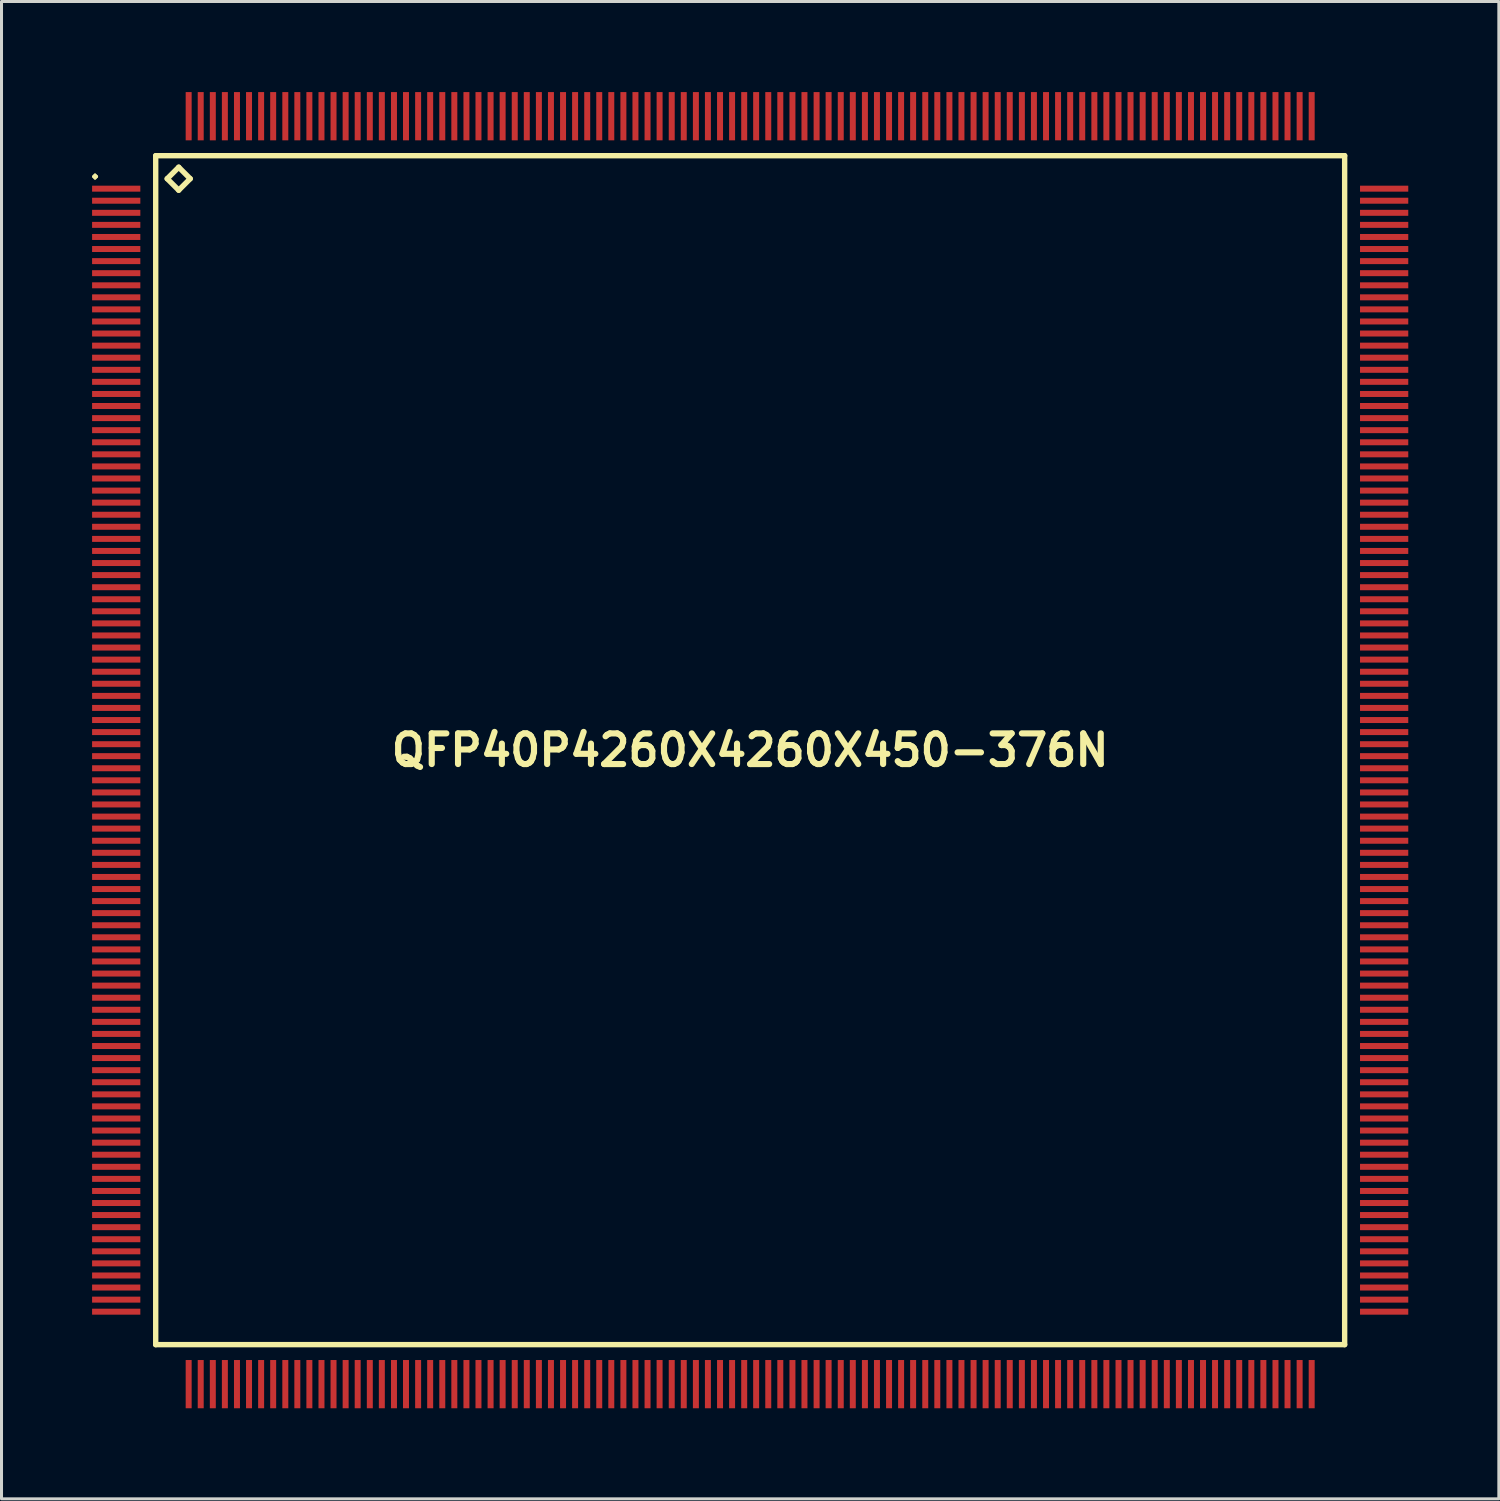
<source format=kicad_pcb>
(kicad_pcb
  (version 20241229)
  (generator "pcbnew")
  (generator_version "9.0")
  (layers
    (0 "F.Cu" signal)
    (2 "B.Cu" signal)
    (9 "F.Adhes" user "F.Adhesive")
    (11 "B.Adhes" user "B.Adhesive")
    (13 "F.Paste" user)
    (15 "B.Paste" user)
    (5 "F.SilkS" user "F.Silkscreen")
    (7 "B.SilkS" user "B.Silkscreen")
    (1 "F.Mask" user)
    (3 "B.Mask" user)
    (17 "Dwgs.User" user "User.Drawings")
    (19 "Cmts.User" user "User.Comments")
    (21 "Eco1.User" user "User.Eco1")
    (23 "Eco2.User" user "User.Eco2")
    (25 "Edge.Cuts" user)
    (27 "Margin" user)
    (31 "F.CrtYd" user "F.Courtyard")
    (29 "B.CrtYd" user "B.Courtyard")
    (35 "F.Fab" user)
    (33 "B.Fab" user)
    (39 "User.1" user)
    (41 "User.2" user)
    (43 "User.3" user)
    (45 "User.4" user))
  (footprint "QFP40P4260X4260X450-376N"
    (layer "F.Cu")
    (at 21.797 21.797)
    (property "Reference" "QFP40P4260X4260X450-376N" (at 0 0 0) (layer "F.SilkS") (effects (font (size 1.016 1.016) (thickness 0.203))))
    (attr smd)
    (fp_line (start -21.747 -18.999) (end -21.699 -19.05) (stroke (width 0.099) (type solid)) (layer "F.SilkS"))
    (fp_line (start -21.699 -19.05) (end -21.648 -18.999) (stroke (width 0.099) (type solid)) (layer "F.SilkS"))
    (fp_line (start -21.699 -18.948) (end -21.747 -18.999) (stroke (width 0.099) (type solid)) (layer "F.SilkS"))
    (fp_line (start -21.648 -18.999) (end -21.699 -18.948) (stroke (width 0.099) (type solid)) (layer "F.SilkS"))
    (fp_line (start -19.69 -19.69) (end -19.69 19.69) (stroke (width 0.178) (type solid)) (layer "F.SilkS"))
    (fp_line (start -19.69 19.69) (end 19.69 19.69) (stroke (width 0.178) (type solid)) (layer "F.SilkS"))
    (fp_line (start -19.309 -18.928) (end -18.928 -19.309) (stroke (width 0.178) (type solid)) (layer "F.SilkS"))
    (fp_line (start -18.928 -19.309) (end -18.547 -18.928) (stroke (width 0.178) (type solid)) (layer "F.SilkS"))
    (fp_line (start -18.928 -18.547) (end -19.309 -18.928) (stroke (width 0.178) (type solid)) (layer "F.SilkS"))
    (fp_line (start -18.547 -18.928) (end -18.928 -18.547) (stroke (width 0.178) (type solid)) (layer "F.SilkS"))
    (fp_line (start 19.69 -19.69) (end -19.69 -19.69) (stroke (width 0.178) (type solid)) (layer "F.SilkS"))
    (fp_line (start 19.69 19.69) (end 19.69 -19.69) (stroke (width 0.178) (type solid)) (layer "F.SilkS"))
    (pad "1" smd rect (at -20.998 -18.598) (size 1.598 0.198) (layers "F.Cu" "F.Mask" "F.Paste"))
    (pad "2" smd rect (at -20.998 -18.199) (size 1.598 0.198) (layers "F.Cu" "F.Mask" "F.Paste"))
    (pad "3" smd rect (at -20.998 -17.798) (size 1.598 0.198) (layers "F.Cu" "F.Mask" "F.Paste"))
    (pad "4" smd rect (at -20.998 -17.399) (size 1.598 0.198) (layers "F.Cu" "F.Mask" "F.Paste"))
    (pad "5" smd rect (at -20.998 -16.998) (size 1.598 0.198) (layers "F.Cu" "F.Mask" "F.Paste"))
    (pad "6" smd rect (at -20.998 -16.599) (size 1.598 0.198) (layers "F.Cu" "F.Mask" "F.Paste"))
    (pad "7" smd rect (at -20.998 -16.198) (size 1.598 0.198) (layers "F.Cu" "F.Mask" "F.Paste"))
    (pad "8" smd rect (at -20.998 -15.799) (size 1.598 0.198) (layers "F.Cu" "F.Mask" "F.Paste"))
    (pad "9" smd rect (at -20.998 -15.397) (size 1.598 0.198) (layers "F.Cu" "F.Mask" "F.Paste"))
    (pad "10" smd rect (at -20.998 -14.999) (size 1.598 0.198) (layers "F.Cu" "F.Mask" "F.Paste"))
    (pad "11" smd rect (at -20.998 -14.6) (size 1.598 0.198) (layers "F.Cu" "F.Mask" "F.Paste"))
    (pad "12" smd rect (at -20.998 -14.199) (size 1.598 0.198) (layers "F.Cu" "F.Mask" "F.Paste"))
    (pad "13" smd rect (at -20.998 -13.8) (size 1.598 0.198) (layers "F.Cu" "F.Mask" "F.Paste"))
    (pad "14" smd rect (at -20.998 -13.399) (size 1.598 0.198) (layers "F.Cu" "F.Mask" "F.Paste"))
    (pad "15" smd rect (at -20.998 -13) (size 1.598 0.198) (layers "F.Cu" "F.Mask" "F.Paste"))
    (pad "16" smd rect (at -20.998 -12.598) (size 1.598 0.198) (layers "F.Cu" "F.Mask" "F.Paste"))
    (pad "17" smd rect (at -20.998 -12.2) (size 1.598 0.198) (layers "F.Cu" "F.Mask" "F.Paste"))
    (pad "18" smd rect (at -20.998 -11.798) (size 1.598 0.198) (layers "F.Cu" "F.Mask" "F.Paste"))
    (pad "19" smd rect (at -20.998 -11.4) (size 1.598 0.198) (layers "F.Cu" "F.Mask" "F.Paste"))
    (pad "20" smd rect (at -20.998 -10.998) (size 1.598 0.198) (layers "F.Cu" "F.Mask" "F.Paste"))
    (pad "21" smd rect (at -20.998 -10.599) (size 1.598 0.198) (layers "F.Cu" "F.Mask" "F.Paste"))
    (pad "22" smd rect (at -20.998 -10.198) (size 1.598 0.198) (layers "F.Cu" "F.Mask" "F.Paste"))
    (pad "23" smd rect (at -20.998 -9.799) (size 1.598 0.198) (layers "F.Cu" "F.Mask" "F.Paste"))
    (pad "24" smd rect (at -20.998 -9.398) (size 1.598 0.198) (layers "F.Cu" "F.Mask" "F.Paste"))
    (pad "25" smd rect (at -20.998 -8.999) (size 1.598 0.198) (layers "F.Cu" "F.Mask" "F.Paste"))
    (pad "26" smd rect (at -20.998 -8.598) (size 1.598 0.198) (layers "F.Cu" "F.Mask" "F.Paste"))
    (pad "27" smd rect (at -20.998 -8.199) (size 1.598 0.198) (layers "F.Cu" "F.Mask" "F.Paste"))
    (pad "28" smd rect (at -20.998 -7.798) (size 1.598 0.198) (layers "F.Cu" "F.Mask" "F.Paste"))
    (pad "29" smd rect (at -20.998 -7.399) (size 1.598 0.198) (layers "F.Cu" "F.Mask" "F.Paste"))
    (pad "30" smd rect (at -20.998 -6.998) (size 1.598 0.198) (layers "F.Cu" "F.Mask" "F.Paste"))
    (pad "31" smd rect (at -20.998 -6.599) (size 1.598 0.198) (layers "F.Cu" "F.Mask" "F.Paste"))
    (pad "32" smd rect (at -20.998 -6.198) (size 1.598 0.198) (layers "F.Cu" "F.Mask" "F.Paste"))
    (pad "33" smd rect (at -20.998 -5.799) (size 1.598 0.198) (layers "F.Cu" "F.Mask" "F.Paste"))
    (pad "34" smd rect (at -20.998 -5.397) (size 1.598 0.198) (layers "F.Cu" "F.Mask" "F.Paste"))
    (pad "35" smd rect (at -20.998 -4.999) (size 1.598 0.198) (layers "F.Cu" "F.Mask" "F.Paste"))
    (pad "36" smd rect (at -20.998 -4.6) (size 1.598 0.198) (layers "F.Cu" "F.Mask" "F.Paste"))
    (pad "37" smd rect (at -20.998 -4.199) (size 1.598 0.198) (layers "F.Cu" "F.Mask" "F.Paste"))
    (pad "38" smd rect (at -20.998 -3.8) (size 1.598 0.198) (layers "F.Cu" "F.Mask" "F.Paste"))
    (pad "39" smd rect (at -20.998 -3.399) (size 1.598 0.198) (layers "F.Cu" "F.Mask" "F.Paste"))
    (pad "40" smd rect (at -20.998 -3) (size 1.598 0.198) (layers "F.Cu" "F.Mask" "F.Paste"))
    (pad "41" smd rect (at -20.998 -2.598) (size 1.598 0.198) (layers "F.Cu" "F.Mask" "F.Paste"))
    (pad "42" smd rect (at -20.998 -2.2) (size 1.598 0.198) (layers "F.Cu" "F.Mask" "F.Paste"))
    (pad "43" smd rect (at -20.998 -1.798) (size 1.598 0.198) (layers "F.Cu" "F.Mask" "F.Paste"))
    (pad "44" smd rect (at -20.998 -1.4) (size 1.598 0.198) (layers "F.Cu" "F.Mask" "F.Paste"))
    (pad "45" smd rect (at -20.998 -0.998) (size 1.598 0.198) (layers "F.Cu" "F.Mask" "F.Paste"))
    (pad "46" smd rect (at -20.998 -0.599) (size 1.598 0.198) (layers "F.Cu" "F.Mask" "F.Paste"))
    (pad "47" smd rect (at -20.998 -0.198) (size 1.598 0.198) (layers "F.Cu" "F.Mask" "F.Paste"))
    (pad "48" smd rect (at -20.998 0.198) (size 1.598 0.198) (layers "F.Cu" "F.Mask" "F.Paste"))
    (pad "49" smd rect (at -20.998 0.599) (size 1.598 0.198) (layers "F.Cu" "F.Mask" "F.Paste"))
    (pad "50" smd rect (at -20.998 0.998) (size 1.598 0.198) (layers "F.Cu" "F.Mask" "F.Paste"))
    (pad "51" smd rect (at -20.998 1.4) (size 1.598 0.198) (layers "F.Cu" "F.Mask" "F.Paste"))
    (pad "52" smd rect (at -20.998 1.798) (size 1.598 0.198) (layers "F.Cu" "F.Mask" "F.Paste"))
    (pad "53" smd rect (at -20.998 2.2) (size 1.598 0.198) (layers "F.Cu" "F.Mask" "F.Paste"))
    (pad "54" smd rect (at -20.998 2.598) (size 1.598 0.198) (layers "F.Cu" "F.Mask" "F.Paste"))
    (pad "55" smd rect (at -20.998 3) (size 1.598 0.198) (layers "F.Cu" "F.Mask" "F.Paste"))
    (pad "56" smd rect (at -20.998 3.399) (size 1.598 0.198) (layers "F.Cu" "F.Mask" "F.Paste"))
    (pad "57" smd rect (at -20.998 3.8) (size 1.598 0.198) (layers "F.Cu" "F.Mask" "F.Paste"))
    (pad "58" smd rect (at -20.998 4.199) (size 1.598 0.198) (layers "F.Cu" "F.Mask" "F.Paste"))
    (pad "59" smd rect (at -20.998 4.6) (size 1.598 0.198) (layers "F.Cu" "F.Mask" "F.Paste"))
    (pad "60" smd rect (at -20.998 4.999) (size 1.598 0.198) (layers "F.Cu" "F.Mask" "F.Paste"))
    (pad "61" smd rect (at -20.998 5.397) (size 1.598 0.198) (layers "F.Cu" "F.Mask" "F.Paste"))
    (pad "62" smd rect (at -20.998 5.799) (size 1.598 0.198) (layers "F.Cu" "F.Mask" "F.Paste"))
    (pad "63" smd rect (at -20.998 6.198) (size 1.598 0.198) (layers "F.Cu" "F.Mask" "F.Paste"))
    (pad "64" smd rect (at -20.998 6.599) (size 1.598 0.198) (layers "F.Cu" "F.Mask" "F.Paste"))
    (pad "65" smd rect (at -20.998 6.998) (size 1.598 0.198) (layers "F.Cu" "F.Mask" "F.Paste"))
    (pad "66" smd rect (at -20.998 7.399) (size 1.598 0.198) (layers "F.Cu" "F.Mask" "F.Paste"))
    (pad "67" smd rect (at -20.998 7.798) (size 1.598 0.198) (layers "F.Cu" "F.Mask" "F.Paste"))
    (pad "68" smd rect (at -20.998 8.199) (size 1.598 0.198) (layers "F.Cu" "F.Mask" "F.Paste"))
    (pad "69" smd rect (at -20.998 8.598) (size 1.598 0.198) (layers "F.Cu" "F.Mask" "F.Paste"))
    (pad "70" smd rect (at -20.998 8.999) (size 1.598 0.198) (layers "F.Cu" "F.Mask" "F.Paste"))
    (pad "71" smd rect (at -20.998 9.398) (size 1.598 0.198) (layers "F.Cu" "F.Mask" "F.Paste"))
    (pad "72" smd rect (at -20.998 9.799) (size 1.598 0.198) (layers "F.Cu" "F.Mask" "F.Paste"))
    (pad "73" smd rect (at -20.998 10.198) (size 1.598 0.198) (layers "F.Cu" "F.Mask" "F.Paste"))
    (pad "74" smd rect (at -20.998 10.599) (size 1.598 0.198) (layers "F.Cu" "F.Mask" "F.Paste"))
    (pad "75" smd rect (at -20.998 10.998) (size 1.598 0.198) (layers "F.Cu" "F.Mask" "F.Paste"))
    (pad "76" smd rect (at -20.998 11.4) (size 1.598 0.198) (layers "F.Cu" "F.Mask" "F.Paste"))
    (pad "77" smd rect (at -20.998 11.798) (size 1.598 0.198) (layers "F.Cu" "F.Mask" "F.Paste"))
    (pad "78" smd rect (at -20.998 12.2) (size 1.598 0.198) (layers "F.Cu" "F.Mask" "F.Paste"))
    (pad "79" smd rect (at -20.998 12.598) (size 1.598 0.198) (layers "F.Cu" "F.Mask" "F.Paste"))
    (pad "80" smd rect (at -20.998 13) (size 1.598 0.198) (layers "F.Cu" "F.Mask" "F.Paste"))
    (pad "81" smd rect (at -20.998 13.399) (size 1.598 0.198) (layers "F.Cu" "F.Mask" "F.Paste"))
    (pad "82" smd rect (at -20.998 13.8) (size 1.598 0.198) (layers "F.Cu" "F.Mask" "F.Paste"))
    (pad "83" smd rect (at -20.998 14.199) (size 1.598 0.198) (layers "F.Cu" "F.Mask" "F.Paste"))
    (pad "84" smd rect (at -20.998 14.6) (size 1.598 0.198) (layers "F.Cu" "F.Mask" "F.Paste"))
    (pad "85" smd rect (at -20.998 14.999) (size 1.598 0.198) (layers "F.Cu" "F.Mask" "F.Paste"))
    (pad "86" smd rect (at -20.998 15.397) (size 1.598 0.198) (layers "F.Cu" "F.Mask" "F.Paste"))
    (pad "87" smd rect (at -20.998 15.799) (size 1.598 0.198) (layers "F.Cu" "F.Mask" "F.Paste"))
    (pad "88" smd rect (at -20.998 16.198) (size 1.598 0.198) (layers "F.Cu" "F.Mask" "F.Paste"))
    (pad "89" smd rect (at -20.998 16.599) (size 1.598 0.198) (layers "F.Cu" "F.Mask" "F.Paste"))
    (pad "90" smd rect (at -20.998 16.998) (size 1.598 0.198) (layers "F.Cu" "F.Mask" "F.Paste"))
    (pad "91" smd rect (at -20.998 17.399) (size 1.598 0.198) (layers "F.Cu" "F.Mask" "F.Paste"))
    (pad "92" smd rect (at -20.998 17.798) (size 1.598 0.198) (layers "F.Cu" "F.Mask" "F.Paste"))
    (pad "93" smd rect (at -20.998 18.199) (size 1.598 0.198) (layers "F.Cu" "F.Mask" "F.Paste"))
    (pad "94" smd rect (at -20.998 18.598) (size 1.598 0.198) (layers "F.Cu" "F.Mask" "F.Paste"))
    (pad "95" smd rect (at -18.598 20.998) (size 0.198 1.598) (layers "F.Cu" "F.Mask" "F.Paste"))
    (pad "96" smd rect (at -18.199 20.998) (size 0.198 1.598) (layers "F.Cu" "F.Mask" "F.Paste"))
    (pad "97" smd rect (at -17.798 20.998) (size 0.198 1.598) (layers "F.Cu" "F.Mask" "F.Paste"))
    (pad "98" smd rect (at -17.399 20.998) (size 0.198 1.598) (layers "F.Cu" "F.Mask" "F.Paste"))
    (pad "99" smd rect (at -16.998 20.998) (size 0.198 1.598) (layers "F.Cu" "F.Mask" "F.Paste"))
    (pad "100" smd rect (at -16.599 20.998) (size 0.198 1.598) (layers "F.Cu" "F.Mask" "F.Paste"))
    (pad "101" smd rect (at -16.198 20.998) (size 0.198 1.598) (layers "F.Cu" "F.Mask" "F.Paste"))
    (pad "102" smd rect (at -15.799 20.998) (size 0.198 1.598) (layers "F.Cu" "F.Mask" "F.Paste"))
    (pad "103" smd rect (at -15.397 20.998) (size 0.198 1.598) (layers "F.Cu" "F.Mask" "F.Paste"))
    (pad "104" smd rect (at -14.999 20.998) (size 0.198 1.598) (layers "F.Cu" "F.Mask" "F.Paste"))
    (pad "105" smd rect (at -14.6 20.998) (size 0.198 1.598) (layers "F.Cu" "F.Mask" "F.Paste"))
    (pad "106" smd rect (at -14.199 20.998) (size 0.198 1.598) (layers "F.Cu" "F.Mask" "F.Paste"))
    (pad "107" smd rect (at -13.8 20.998) (size 0.198 1.598) (layers "F.Cu" "F.Mask" "F.Paste"))
    (pad "108" smd rect (at -13.399 20.998) (size 0.198 1.598) (layers "F.Cu" "F.Mask" "F.Paste"))
    (pad "109" smd rect (at -13 20.998) (size 0.198 1.598) (layers "F.Cu" "F.Mask" "F.Paste"))
    (pad "110" smd rect (at -12.598 20.998) (size 0.198 1.598) (layers "F.Cu" "F.Mask" "F.Paste"))
    (pad "111" smd rect (at -12.2 20.998) (size 0.198 1.598) (layers "F.Cu" "F.Mask" "F.Paste"))
    (pad "112" smd rect (at -11.798 20.998) (size 0.198 1.598) (layers "F.Cu" "F.Mask" "F.Paste"))
    (pad "113" smd rect (at -11.4 20.998) (size 0.198 1.598) (layers "F.Cu" "F.Mask" "F.Paste"))
    (pad "114" smd rect (at -10.998 20.998) (size 0.198 1.598) (layers "F.Cu" "F.Mask" "F.Paste"))
    (pad "115" smd rect (at -10.599 20.998) (size 0.198 1.598) (layers "F.Cu" "F.Mask" "F.Paste"))
    (pad "116" smd rect (at -10.198 20.998) (size 0.198 1.598) (layers "F.Cu" "F.Mask" "F.Paste"))
    (pad "117" smd rect (at -9.799 20.998) (size 0.198 1.598) (layers "F.Cu" "F.Mask" "F.Paste"))
    (pad "118" smd rect (at -9.398 20.998) (size 0.198 1.598) (layers "F.Cu" "F.Mask" "F.Paste"))
    (pad "119" smd rect (at -8.999 20.998) (size 0.198 1.598) (layers "F.Cu" "F.Mask" "F.Paste"))
    (pad "120" smd rect (at -8.598 20.998) (size 0.198 1.598) (layers "F.Cu" "F.Mask" "F.Paste"))
    (pad "121" smd rect (at -8.199 20.998) (size 0.198 1.598) (layers "F.Cu" "F.Mask" "F.Paste"))
    (pad "122" smd rect (at -7.798 20.998) (size 0.198 1.598) (layers "F.Cu" "F.Mask" "F.Paste"))
    (pad "123" smd rect (at -7.399 20.998) (size 0.198 1.598) (layers "F.Cu" "F.Mask" "F.Paste"))
    (pad "124" smd rect (at -6.998 20.998) (size 0.198 1.598) (layers "F.Cu" "F.Mask" "F.Paste"))
    (pad "125" smd rect (at -6.599 20.998) (size 0.198 1.598) (layers "F.Cu" "F.Mask" "F.Paste"))
    (pad "126" smd rect (at -6.198 20.998) (size 0.198 1.598) (layers "F.Cu" "F.Mask" "F.Paste"))
    (pad "127" smd rect (at -5.799 20.998) (size 0.198 1.598) (layers "F.Cu" "F.Mask" "F.Paste"))
    (pad "128" smd rect (at -5.397 20.998) (size 0.198 1.598) (layers "F.Cu" "F.Mask" "F.Paste"))
    (pad "129" smd rect (at -4.999 20.998) (size 0.198 1.598) (layers "F.Cu" "F.Mask" "F.Paste"))
    (pad "130" smd rect (at -4.6 20.998) (size 0.198 1.598) (layers "F.Cu" "F.Mask" "F.Paste"))
    (pad "131" smd rect (at -4.199 20.998) (size 0.198 1.598) (layers "F.Cu" "F.Mask" "F.Paste"))
    (pad "132" smd rect (at -3.8 20.998) (size 0.198 1.598) (layers "F.Cu" "F.Mask" "F.Paste"))
    (pad "133" smd rect (at -3.399 20.998) (size 0.198 1.598) (layers "F.Cu" "F.Mask" "F.Paste"))
    (pad "134" smd rect (at -3 20.998) (size 0.198 1.598) (layers "F.Cu" "F.Mask" "F.Paste"))
    (pad "135" smd rect (at -2.598 20.998) (size 0.198 1.598) (layers "F.Cu" "F.Mask" "F.Paste"))
    (pad "136" smd rect (at -2.2 20.998) (size 0.198 1.598) (layers "F.Cu" "F.Mask" "F.Paste"))
    (pad "137" smd rect (at -1.798 20.998) (size 0.198 1.598) (layers "F.Cu" "F.Mask" "F.Paste"))
    (pad "138" smd rect (at -1.4 20.998) (size 0.198 1.598) (layers "F.Cu" "F.Mask" "F.Paste"))
    (pad "139" smd rect (at -0.998 20.998) (size 0.198 1.598) (layers "F.Cu" "F.Mask" "F.Paste"))
    (pad "140" smd rect (at -0.599 20.998) (size 0.198 1.598) (layers "F.Cu" "F.Mask" "F.Paste"))
    (pad "141" smd rect (at -0.198 20.998) (size 0.198 1.598) (layers "F.Cu" "F.Mask" "F.Paste"))
    (pad "142" smd rect (at 0.198 20.998) (size 0.198 1.598) (layers "F.Cu" "F.Mask" "F.Paste"))
    (pad "143" smd rect (at 0.599 20.998) (size 0.198 1.598) (layers "F.Cu" "F.Mask" "F.Paste"))
    (pad "144" smd rect (at 0.998 20.998) (size 0.198 1.598) (layers "F.Cu" "F.Mask" "F.Paste"))
    (pad "145" smd rect (at 1.4 20.998) (size 0.198 1.598) (layers "F.Cu" "F.Mask" "F.Paste"))
    (pad "146" smd rect (at 1.798 20.998) (size 0.198 1.598) (layers "F.Cu" "F.Mask" "F.Paste"))
    (pad "147" smd rect (at 2.2 20.998) (size 0.198 1.598) (layers "F.Cu" "F.Mask" "F.Paste"))
    (pad "148" smd rect (at 2.598 20.998) (size 0.198 1.598) (layers "F.Cu" "F.Mask" "F.Paste"))
    (pad "149" smd rect (at 3 20.998) (size 0.198 1.598) (layers "F.Cu" "F.Mask" "F.Paste"))
    (pad "150" smd rect (at 3.399 20.998) (size 0.198 1.598) (layers "F.Cu" "F.Mask" "F.Paste"))
    (pad "151" smd rect (at 3.8 20.998) (size 0.198 1.598) (layers "F.Cu" "F.Mask" "F.Paste"))
    (pad "152" smd rect (at 4.199 20.998) (size 0.198 1.598) (layers "F.Cu" "F.Mask" "F.Paste"))
    (pad "153" smd rect (at 4.6 20.998) (size 0.198 1.598) (layers "F.Cu" "F.Mask" "F.Paste"))
    (pad "154" smd rect (at 4.999 20.998) (size 0.198 1.598) (layers "F.Cu" "F.Mask" "F.Paste"))
    (pad "155" smd rect (at 5.397 20.998) (size 0.198 1.598) (layers "F.Cu" "F.Mask" "F.Paste"))
    (pad "156" smd rect (at 5.799 20.998) (size 0.198 1.598) (layers "F.Cu" "F.Mask" "F.Paste"))
    (pad "157" smd rect (at 6.198 20.998) (size 0.198 1.598) (layers "F.Cu" "F.Mask" "F.Paste"))
    (pad "158" smd rect (at 6.599 20.998) (size 0.198 1.598) (layers "F.Cu" "F.Mask" "F.Paste"))
    (pad "159" smd rect (at 6.998 20.998) (size 0.198 1.598) (layers "F.Cu" "F.Mask" "F.Paste"))
    (pad "160" smd rect (at 7.399 20.998) (size 0.198 1.598) (layers "F.Cu" "F.Mask" "F.Paste"))
    (pad "161" smd rect (at 7.798 20.998) (size 0.198 1.598) (layers "F.Cu" "F.Mask" "F.Paste"))
    (pad "162" smd rect (at 8.199 20.998) (size 0.198 1.598) (layers "F.Cu" "F.Mask" "F.Paste"))
    (pad "163" smd rect (at 8.598 20.998) (size 0.198 1.598) (layers "F.Cu" "F.Mask" "F.Paste"))
    (pad "164" smd rect (at 8.999 20.998) (size 0.198 1.598) (layers "F.Cu" "F.Mask" "F.Paste"))
    (pad "165" smd rect (at 9.398 20.998) (size 0.198 1.598) (layers "F.Cu" "F.Mask" "F.Paste"))
    (pad "166" smd rect (at 9.799 20.998) (size 0.198 1.598) (layers "F.Cu" "F.Mask" "F.Paste"))
    (pad "167" smd rect (at 10.198 20.998) (size 0.198 1.598) (layers "F.Cu" "F.Mask" "F.Paste"))
    (pad "168" smd rect (at 10.599 20.998) (size 0.198 1.598) (layers "F.Cu" "F.Mask" "F.Paste"))
    (pad "169" smd rect (at 10.998 20.998) (size 0.198 1.598) (layers "F.Cu" "F.Mask" "F.Paste"))
    (pad "170" smd rect (at 11.4 20.998) (size 0.198 1.598) (layers "F.Cu" "F.Mask" "F.Paste"))
    (pad "171" smd rect (at 11.798 20.998) (size 0.198 1.598) (layers "F.Cu" "F.Mask" "F.Paste"))
    (pad "172" smd rect (at 12.2 20.998) (size 0.198 1.598) (layers "F.Cu" "F.Mask" "F.Paste"))
    (pad "173" smd rect (at 12.598 20.998) (size 0.198 1.598) (layers "F.Cu" "F.Mask" "F.Paste"))
    (pad "174" smd rect (at 13 20.998) (size 0.198 1.598) (layers "F.Cu" "F.Mask" "F.Paste"))
    (pad "175" smd rect (at 13.399 20.998) (size 0.198 1.598) (layers "F.Cu" "F.Mask" "F.Paste"))
    (pad "176" smd rect (at 13.8 20.998) (size 0.198 1.598) (layers "F.Cu" "F.Mask" "F.Paste"))
    (pad "177" smd rect (at 14.199 20.998) (size 0.198 1.598) (layers "F.Cu" "F.Mask" "F.Paste"))
    (pad "178" smd rect (at 14.6 20.998) (size 0.198 1.598) (layers "F.Cu" "F.Mask" "F.Paste"))
    (pad "179" smd rect (at 14.999 20.998) (size 0.198 1.598) (layers "F.Cu" "F.Mask" "F.Paste"))
    (pad "180" smd rect (at 15.397 20.998) (size 0.198 1.598) (layers "F.Cu" "F.Mask" "F.Paste"))
    (pad "181" smd rect (at 15.799 20.998) (size 0.198 1.598) (layers "F.Cu" "F.Mask" "F.Paste"))
    (pad "182" smd rect (at 16.198 20.998) (size 0.198 1.598) (layers "F.Cu" "F.Mask" "F.Paste"))
    (pad "183" smd rect (at 16.599 20.998) (size 0.198 1.598) (layers "F.Cu" "F.Mask" "F.Paste"))
    (pad "184" smd rect (at 16.998 20.998) (size 0.198 1.598) (layers "F.Cu" "F.Mask" "F.Paste"))
    (pad "185" smd rect (at 17.399 20.998) (size 0.198 1.598) (layers "F.Cu" "F.Mask" "F.Paste"))
    (pad "186" smd rect (at 17.798 20.998) (size 0.198 1.598) (layers "F.Cu" "F.Mask" "F.Paste"))
    (pad "187" smd rect (at 18.199 20.998) (size 0.198 1.598) (layers "F.Cu" "F.Mask" "F.Paste"))
    (pad "188" smd rect (at 18.598 20.998) (size 0.198 1.598) (layers "F.Cu" "F.Mask" "F.Paste"))
    (pad "189" smd rect (at 20.998 18.598) (size 1.598 0.198) (layers "F.Cu" "F.Mask" "F.Paste"))
    (pad "190" smd rect (at 20.998 18.199) (size 1.598 0.198) (layers "F.Cu" "F.Mask" "F.Paste"))
    (pad "191" smd rect (at 20.998 17.798) (size 1.598 0.198) (layers "F.Cu" "F.Mask" "F.Paste"))
    (pad "192" smd rect (at 20.998 17.399) (size 1.598 0.198) (layers "F.Cu" "F.Mask" "F.Paste"))
    (pad "193" smd rect (at 20.998 16.998) (size 1.598 0.198) (layers "F.Cu" "F.Mask" "F.Paste"))
    (pad "194" smd rect (at 20.998 16.599) (size 1.598 0.198) (layers "F.Cu" "F.Mask" "F.Paste"))
    (pad "195" smd rect (at 20.998 16.198) (size 1.598 0.198) (layers "F.Cu" "F.Mask" "F.Paste"))
    (pad "196" smd rect (at 20.998 15.799) (size 1.598 0.198) (layers "F.Cu" "F.Mask" "F.Paste"))
    (pad "197" smd rect (at 20.998 15.397) (size 1.598 0.198) (layers "F.Cu" "F.Mask" "F.Paste"))
    (pad "198" smd rect (at 20.998 14.999) (size 1.598 0.198) (layers "F.Cu" "F.Mask" "F.Paste"))
    (pad "199" smd rect (at 20.998 14.6) (size 1.598 0.198) (layers "F.Cu" "F.Mask" "F.Paste"))
    (pad "200" smd rect (at 20.998 14.199) (size 1.598 0.198) (layers "F.Cu" "F.Mask" "F.Paste"))
    (pad "201" smd rect (at 20.998 13.8) (size 1.598 0.198) (layers "F.Cu" "F.Mask" "F.Paste"))
    (pad "202" smd rect (at 20.998 13.399) (size 1.598 0.198) (layers "F.Cu" "F.Mask" "F.Paste"))
    (pad "203" smd rect (at 20.998 13) (size 1.598 0.198) (layers "F.Cu" "F.Mask" "F.Paste"))
    (pad "204" smd rect (at 20.998 12.598) (size 1.598 0.198) (layers "F.Cu" "F.Mask" "F.Paste"))
    (pad "205" smd rect (at 20.998 12.2) (size 1.598 0.198) (layers "F.Cu" "F.Mask" "F.Paste"))
    (pad "206" smd rect (at 20.998 11.798) (size 1.598 0.198) (layers "F.Cu" "F.Mask" "F.Paste"))
    (pad "207" smd rect (at 20.998 11.4) (size 1.598 0.198) (layers "F.Cu" "F.Mask" "F.Paste"))
    (pad "208" smd rect (at 20.998 10.998) (size 1.598 0.198) (layers "F.Cu" "F.Mask" "F.Paste"))
    (pad "209" smd rect (at 20.998 10.599) (size 1.598 0.198) (layers "F.Cu" "F.Mask" "F.Paste"))
    (pad "210" smd rect (at 20.998 10.198) (size 1.598 0.198) (layers "F.Cu" "F.Mask" "F.Paste"))
    (pad "211" smd rect (at 20.998 9.799) (size 1.598 0.198) (layers "F.Cu" "F.Mask" "F.Paste"))
    (pad "212" smd rect (at 20.998 9.398) (size 1.598 0.198) (layers "F.Cu" "F.Mask" "F.Paste"))
    (pad "213" smd rect (at 20.998 8.999) (size 1.598 0.198) (layers "F.Cu" "F.Mask" "F.Paste"))
    (pad "214" smd rect (at 20.998 8.598) (size 1.598 0.198) (layers "F.Cu" "F.Mask" "F.Paste"))
    (pad "215" smd rect (at 20.998 8.199) (size 1.598 0.198) (layers "F.Cu" "F.Mask" "F.Paste"))
    (pad "216" smd rect (at 20.998 7.798) (size 1.598 0.198) (layers "F.Cu" "F.Mask" "F.Paste"))
    (pad "217" smd rect (at 20.998 7.399) (size 1.598 0.198) (layers "F.Cu" "F.Mask" "F.Paste"))
    (pad "218" smd rect (at 20.998 6.998) (size 1.598 0.198) (layers "F.Cu" "F.Mask" "F.Paste"))
    (pad "219" smd rect (at 20.998 6.599) (size 1.598 0.198) (layers "F.Cu" "F.Mask" "F.Paste"))
    (pad "220" smd rect (at 20.998 6.198) (size 1.598 0.198) (layers "F.Cu" "F.Mask" "F.Paste"))
    (pad "221" smd rect (at 20.998 5.799) (size 1.598 0.198) (layers "F.Cu" "F.Mask" "F.Paste"))
    (pad "222" smd rect (at 20.998 5.397) (size 1.598 0.198) (layers "F.Cu" "F.Mask" "F.Paste"))
    (pad "223" smd rect (at 20.998 4.999) (size 1.598 0.198) (layers "F.Cu" "F.Mask" "F.Paste"))
    (pad "224" smd rect (at 20.998 4.6) (size 1.598 0.198) (layers "F.Cu" "F.Mask" "F.Paste"))
    (pad "225" smd rect (at 20.998 4.199) (size 1.598 0.198) (layers "F.Cu" "F.Mask" "F.Paste"))
    (pad "226" smd rect (at 20.998 3.8) (size 1.598 0.198) (layers "F.Cu" "F.Mask" "F.Paste"))
    (pad "227" smd rect (at 20.998 3.399) (size 1.598 0.198) (layers "F.Cu" "F.Mask" "F.Paste"))
    (pad "228" smd rect (at 20.998 3) (size 1.598 0.198) (layers "F.Cu" "F.Mask" "F.Paste"))
    (pad "229" smd rect (at 20.998 2.598) (size 1.598 0.198) (layers "F.Cu" "F.Mask" "F.Paste"))
    (pad "230" smd rect (at 20.998 2.2) (size 1.598 0.198) (layers "F.Cu" "F.Mask" "F.Paste"))
    (pad "231" smd rect (at 20.998 1.798) (size 1.598 0.198) (layers "F.Cu" "F.Mask" "F.Paste"))
    (pad "232" smd rect (at 20.998 1.4) (size 1.598 0.198) (layers "F.Cu" "F.Mask" "F.Paste"))
    (pad "233" smd rect (at 20.998 0.998) (size 1.598 0.198) (layers "F.Cu" "F.Mask" "F.Paste"))
    (pad "234" smd rect (at 20.998 0.599) (size 1.598 0.198) (layers "F.Cu" "F.Mask" "F.Paste"))
    (pad "235" smd rect (at 20.998 0.198) (size 1.598 0.198) (layers "F.Cu" "F.Mask" "F.Paste"))
    (pad "236" smd rect (at 20.998 -0.198) (size 1.598 0.198) (layers "F.Cu" "F.Mask" "F.Paste"))
    (pad "237" smd rect (at 20.998 -0.599) (size 1.598 0.198) (layers "F.Cu" "F.Mask" "F.Paste"))
    (pad "238" smd rect (at 20.998 -0.998) (size 1.598 0.198) (layers "F.Cu" "F.Mask" "F.Paste"))
    (pad "239" smd rect (at 20.998 -1.4) (size 1.598 0.198) (layers "F.Cu" "F.Mask" "F.Paste"))
    (pad "240" smd rect (at 20.998 -1.798) (size 1.598 0.198) (layers "F.Cu" "F.Mask" "F.Paste"))
    (pad "241" smd rect (at 20.998 -2.2) (size 1.598 0.198) (layers "F.Cu" "F.Mask" "F.Paste"))
    (pad "242" smd rect (at 20.998 -2.598) (size 1.598 0.198) (layers "F.Cu" "F.Mask" "F.Paste"))
    (pad "243" smd rect (at 20.998 -3) (size 1.598 0.198) (layers "F.Cu" "F.Mask" "F.Paste"))
    (pad "244" smd rect (at 20.998 -3.399) (size 1.598 0.198) (layers "F.Cu" "F.Mask" "F.Paste"))
    (pad "245" smd rect (at 20.998 -3.8) (size 1.598 0.198) (layers "F.Cu" "F.Mask" "F.Paste"))
    (pad "246" smd rect (at 20.998 -4.199) (size 1.598 0.198) (layers "F.Cu" "F.Mask" "F.Paste"))
    (pad "247" smd rect (at 20.998 -4.6) (size 1.598 0.198) (layers "F.Cu" "F.Mask" "F.Paste"))
    (pad "248" smd rect (at 20.998 -4.999) (size 1.598 0.198) (layers "F.Cu" "F.Mask" "F.Paste"))
    (pad "249" smd rect (at 20.998 -5.397) (size 1.598 0.198) (layers "F.Cu" "F.Mask" "F.Paste"))
    (pad "250" smd rect (at 20.998 -5.799) (size 1.598 0.198) (layers "F.Cu" "F.Mask" "F.Paste"))
    (pad "251" smd rect (at 20.998 -6.198) (size 1.598 0.198) (layers "F.Cu" "F.Mask" "F.Paste"))
    (pad "252" smd rect (at 20.998 -6.599) (size 1.598 0.198) (layers "F.Cu" "F.Mask" "F.Paste"))
    (pad "253" smd rect (at 20.998 -6.998) (size 1.598 0.198) (layers "F.Cu" "F.Mask" "F.Paste"))
    (pad "254" smd rect (at 20.998 -7.399) (size 1.598 0.198) (layers "F.Cu" "F.Mask" "F.Paste"))
    (pad "255" smd rect (at 20.998 -7.798) (size 1.598 0.198) (layers "F.Cu" "F.Mask" "F.Paste"))
    (pad "256" smd rect (at 20.998 -8.199) (size 1.598 0.198) (layers "F.Cu" "F.Mask" "F.Paste"))
    (pad "257" smd rect (at 20.998 -8.598) (size 1.598 0.198) (layers "F.Cu" "F.Mask" "F.Paste"))
    (pad "258" smd rect (at 20.998 -8.999) (size 1.598 0.198) (layers "F.Cu" "F.Mask" "F.Paste"))
    (pad "259" smd rect (at 20.998 -9.398) (size 1.598 0.198) (layers "F.Cu" "F.Mask" "F.Paste"))
    (pad "260" smd rect (at 20.998 -9.799) (size 1.598 0.198) (layers "F.Cu" "F.Mask" "F.Paste"))
    (pad "261" smd rect (at 20.998 -10.198) (size 1.598 0.198) (layers "F.Cu" "F.Mask" "F.Paste"))
    (pad "262" smd rect (at 20.998 -10.599) (size 1.598 0.198) (layers "F.Cu" "F.Mask" "F.Paste"))
    (pad "263" smd rect (at 20.998 -10.998) (size 1.598 0.198) (layers "F.Cu" "F.Mask" "F.Paste"))
    (pad "264" smd rect (at 20.998 -11.4) (size 1.598 0.198) (layers "F.Cu" "F.Mask" "F.Paste"))
    (pad "265" smd rect (at 20.998 -11.798) (size 1.598 0.198) (layers "F.Cu" "F.Mask" "F.Paste"))
    (pad "266" smd rect (at 20.998 -12.2) (size 1.598 0.198) (layers "F.Cu" "F.Mask" "F.Paste"))
    (pad "267" smd rect (at 20.998 -12.598) (size 1.598 0.198) (layers "F.Cu" "F.Mask" "F.Paste"))
    (pad "268" smd rect (at 20.998 -13) (size 1.598 0.198) (layers "F.Cu" "F.Mask" "F.Paste"))
    (pad "269" smd rect (at 20.998 -13.399) (size 1.598 0.198) (layers "F.Cu" "F.Mask" "F.Paste"))
    (pad "270" smd rect (at 20.998 -13.8) (size 1.598 0.198) (layers "F.Cu" "F.Mask" "F.Paste"))
    (pad "271" smd rect (at 20.998 -14.199) (size 1.598 0.198) (layers "F.Cu" "F.Mask" "F.Paste"))
    (pad "272" smd rect (at 20.998 -14.6) (size 1.598 0.198) (layers "F.Cu" "F.Mask" "F.Paste"))
    (pad "273" smd rect (at 20.998 -14.999) (size 1.598 0.198) (layers "F.Cu" "F.Mask" "F.Paste"))
    (pad "274" smd rect (at 20.998 -15.397) (size 1.598 0.198) (layers "F.Cu" "F.Mask" "F.Paste"))
    (pad "275" smd rect (at 20.998 -15.799) (size 1.598 0.198) (layers "F.Cu" "F.Mask" "F.Paste"))
    (pad "276" smd rect (at 20.998 -16.198) (size 1.598 0.198) (layers "F.Cu" "F.Mask" "F.Paste"))
    (pad "277" smd rect (at 20.998 -16.599) (size 1.598 0.198) (layers "F.Cu" "F.Mask" "F.Paste"))
    (pad "278" smd rect (at 20.998 -16.998) (size 1.598 0.198) (layers "F.Cu" "F.Mask" "F.Paste"))
    (pad "279" smd rect (at 20.998 -17.399) (size 1.598 0.198) (layers "F.Cu" "F.Mask" "F.Paste"))
    (pad "280" smd rect (at 20.998 -17.798) (size 1.598 0.198) (layers "F.Cu" "F.Mask" "F.Paste"))
    (pad "281" smd rect (at 20.998 -18.199) (size 1.598 0.198) (layers "F.Cu" "F.Mask" "F.Paste"))
    (pad "282" smd rect (at 20.998 -18.598) (size 1.598 0.198) (layers "F.Cu" "F.Mask" "F.Paste"))
    (pad "283" smd rect (at 18.598 -20.998) (size 0.198 1.598) (layers "F.Cu" "F.Mask" "F.Paste"))
    (pad "284" smd rect (at 18.199 -20.998) (size 0.198 1.598) (layers "F.Cu" "F.Mask" "F.Paste"))
    (pad "285" smd rect (at 17.798 -20.998) (size 0.198 1.598) (layers "F.Cu" "F.Mask" "F.Paste"))
    (pad "286" smd rect (at 17.399 -20.998) (size 0.198 1.598) (layers "F.Cu" "F.Mask" "F.Paste"))
    (pad "287" smd rect (at 16.998 -20.998) (size 0.198 1.598) (layers "F.Cu" "F.Mask" "F.Paste"))
    (pad "288" smd rect (at 16.599 -20.998) (size 0.198 1.598) (layers "F.Cu" "F.Mask" "F.Paste"))
    (pad "289" smd rect (at 16.198 -20.998) (size 0.198 1.598) (layers "F.Cu" "F.Mask" "F.Paste"))
    (pad "290" smd rect (at 15.799 -20.998) (size 0.198 1.598) (layers "F.Cu" "F.Mask" "F.Paste"))
    (pad "291" smd rect (at 15.397 -20.998) (size 0.198 1.598) (layers "F.Cu" "F.Mask" "F.Paste"))
    (pad "292" smd rect (at 14.999 -20.998) (size 0.198 1.598) (layers "F.Cu" "F.Mask" "F.Paste"))
    (pad "293" smd rect (at 14.6 -20.998) (size 0.198 1.598) (layers "F.Cu" "F.Mask" "F.Paste"))
    (pad "294" smd rect (at 14.199 -20.998) (size 0.198 1.598) (layers "F.Cu" "F.Mask" "F.Paste"))
    (pad "295" smd rect (at 13.8 -20.998) (size 0.198 1.598) (layers "F.Cu" "F.Mask" "F.Paste"))
    (pad "296" smd rect (at 13.399 -20.998) (size 0.198 1.598) (layers "F.Cu" "F.Mask" "F.Paste"))
    (pad "297" smd rect (at 13 -20.998) (size 0.198 1.598) (layers "F.Cu" "F.Mask" "F.Paste"))
    (pad "298" smd rect (at 12.598 -20.998) (size 0.198 1.598) (layers "F.Cu" "F.Mask" "F.Paste"))
    (pad "299" smd rect (at 12.2 -20.998) (size 0.198 1.598) (layers "F.Cu" "F.Mask" "F.Paste"))
    (pad "300" smd rect (at 11.798 -20.998) (size 0.198 1.598) (layers "F.Cu" "F.Mask" "F.Paste"))
    (pad "301" smd rect (at 11.4 -20.998) (size 0.198 1.598) (layers "F.Cu" "F.Mask" "F.Paste"))
    (pad "302" smd rect (at 10.998 -20.998) (size 0.198 1.598) (layers "F.Cu" "F.Mask" "F.Paste"))
    (pad "303" smd rect (at 10.599 -20.998) (size 0.198 1.598) (layers "F.Cu" "F.Mask" "F.Paste"))
    (pad "304" smd rect (at 10.198 -20.998) (size 0.198 1.598) (layers "F.Cu" "F.Mask" "F.Paste"))
    (pad "305" smd rect (at 9.799 -20.998) (size 0.198 1.598) (layers "F.Cu" "F.Mask" "F.Paste"))
    (pad "306" smd rect (at 9.398 -20.998) (size 0.198 1.598) (layers "F.Cu" "F.Mask" "F.Paste"))
    (pad "307" smd rect (at 8.999 -20.998) (size 0.198 1.598) (layers "F.Cu" "F.Mask" "F.Paste"))
    (pad "308" smd rect (at 8.598 -20.998) (size 0.198 1.598) (layers "F.Cu" "F.Mask" "F.Paste"))
    (pad "309" smd rect (at 8.199 -20.998) (size 0.198 1.598) (layers "F.Cu" "F.Mask" "F.Paste"))
    (pad "310" smd rect (at 7.798 -20.998) (size 0.198 1.598) (layers "F.Cu" "F.Mask" "F.Paste"))
    (pad "311" smd rect (at 7.399 -20.998) (size 0.198 1.598) (layers "F.Cu" "F.Mask" "F.Paste"))
    (pad "312" smd rect (at 6.998 -20.998) (size 0.198 1.598) (layers "F.Cu" "F.Mask" "F.Paste"))
    (pad "313" smd rect (at 6.599 -20.998) (size 0.198 1.598) (layers "F.Cu" "F.Mask" "F.Paste"))
    (pad "314" smd rect (at 6.198 -20.998) (size 0.198 1.598) (layers "F.Cu" "F.Mask" "F.Paste"))
    (pad "315" smd rect (at 5.799 -20.998) (size 0.198 1.598) (layers "F.Cu" "F.Mask" "F.Paste"))
    (pad "316" smd rect (at 5.397 -20.998) (size 0.198 1.598) (layers "F.Cu" "F.Mask" "F.Paste"))
    (pad "317" smd rect (at 4.999 -20.998) (size 0.198 1.598) (layers "F.Cu" "F.Mask" "F.Paste"))
    (pad "318" smd rect (at 4.6 -20.998) (size 0.198 1.598) (layers "F.Cu" "F.Mask" "F.Paste"))
    (pad "319" smd rect (at 4.199 -20.998) (size 0.198 1.598) (layers "F.Cu" "F.Mask" "F.Paste"))
    (pad "320" smd rect (at 3.8 -20.998) (size 0.198 1.598) (layers "F.Cu" "F.Mask" "F.Paste"))
    (pad "321" smd rect (at 3.399 -20.998) (size 0.198 1.598) (layers "F.Cu" "F.Mask" "F.Paste"))
    (pad "322" smd rect (at 3 -20.998) (size 0.198 1.598) (layers "F.Cu" "F.Mask" "F.Paste"))
    (pad "323" smd rect (at 2.598 -20.998) (size 0.198 1.598) (layers "F.Cu" "F.Mask" "F.Paste"))
    (pad "324" smd rect (at 2.2 -20.998) (size 0.198 1.598) (layers "F.Cu" "F.Mask" "F.Paste"))
    (pad "325" smd rect (at 1.798 -20.998) (size 0.198 1.598) (layers "F.Cu" "F.Mask" "F.Paste"))
    (pad "326" smd rect (at 1.4 -20.998) (size 0.198 1.598) (layers "F.Cu" "F.Mask" "F.Paste"))
    (pad "327" smd rect (at 0.998 -20.998) (size 0.198 1.598) (layers "F.Cu" "F.Mask" "F.Paste"))
    (pad "328" smd rect (at 0.599 -20.998) (size 0.198 1.598) (layers "F.Cu" "F.Mask" "F.Paste"))
    (pad "329" smd rect (at 0.198 -20.998) (size 0.198 1.598) (layers "F.Cu" "F.Mask" "F.Paste"))
    (pad "330" smd rect (at -0.198 -20.998) (size 0.198 1.598) (layers "F.Cu" "F.Mask" "F.Paste"))
    (pad "331" smd rect (at -0.599 -20.998) (size 0.198 1.598) (layers "F.Cu" "F.Mask" "F.Paste"))
    (pad "332" smd rect (at -0.998 -20.998) (size 0.198 1.598) (layers "F.Cu" "F.Mask" "F.Paste"))
    (pad "333" smd rect (at -1.4 -20.998) (size 0.198 1.598) (layers "F.Cu" "F.Mask" "F.Paste"))
    (pad "334" smd rect (at -1.798 -20.998) (size 0.198 1.598) (layers "F.Cu" "F.Mask" "F.Paste"))
    (pad "335" smd rect (at -2.2 -20.998) (size 0.198 1.598) (layers "F.Cu" "F.Mask" "F.Paste"))
    (pad "336" smd rect (at -2.598 -20.998) (size 0.198 1.598) (layers "F.Cu" "F.Mask" "F.Paste"))
    (pad "337" smd rect (at -3 -20.998) (size 0.198 1.598) (layers "F.Cu" "F.Mask" "F.Paste"))
    (pad "338" smd rect (at -3.399 -20.998) (size 0.198 1.598) (layers "F.Cu" "F.Mask" "F.Paste"))
    (pad "339" smd rect (at -3.8 -20.998) (size 0.198 1.598) (layers "F.Cu" "F.Mask" "F.Paste"))
    (pad "340" smd rect (at -4.199 -20.998) (size 0.198 1.598) (layers "F.Cu" "F.Mask" "F.Paste"))
    (pad "341" smd rect (at -4.6 -20.998) (size 0.198 1.598) (layers "F.Cu" "F.Mask" "F.Paste"))
    (pad "342" smd rect (at -4.999 -20.998) (size 0.198 1.598) (layers "F.Cu" "F.Mask" "F.Paste"))
    (pad "343" smd rect (at -5.397 -20.998) (size 0.198 1.598) (layers "F.Cu" "F.Mask" "F.Paste"))
    (pad "344" smd rect (at -5.799 -20.998) (size 0.198 1.598) (layers "F.Cu" "F.Mask" "F.Paste"))
    (pad "345" smd rect (at -6.198 -20.998) (size 0.198 1.598) (layers "F.Cu" "F.Mask" "F.Paste"))
    (pad "346" smd rect (at -6.599 -20.998) (size 0.198 1.598) (layers "F.Cu" "F.Mask" "F.Paste"))
    (pad "347" smd rect (at -6.998 -20.998) (size 0.198 1.598) (layers "F.Cu" "F.Mask" "F.Paste"))
    (pad "348" smd rect (at -7.399 -20.998) (size 0.198 1.598) (layers "F.Cu" "F.Mask" "F.Paste"))
    (pad "349" smd rect (at -7.798 -20.998) (size 0.198 1.598) (layers "F.Cu" "F.Mask" "F.Paste"))
    (pad "350" smd rect (at -8.199 -20.998) (size 0.198 1.598) (layers "F.Cu" "F.Mask" "F.Paste"))
    (pad "351" smd rect (at -8.598 -20.998) (size 0.198 1.598) (layers "F.Cu" "F.Mask" "F.Paste"))
    (pad "352" smd rect (at -8.999 -20.998) (size 0.198 1.598) (layers "F.Cu" "F.Mask" "F.Paste"))
    (pad "353" smd rect (at -9.398 -20.998) (size 0.198 1.598) (layers "F.Cu" "F.Mask" "F.Paste"))
    (pad "354" smd rect (at -9.799 -20.998) (size 0.198 1.598) (layers "F.Cu" "F.Mask" "F.Paste"))
    (pad "355" smd rect (at -10.198 -20.998) (size 0.198 1.598) (layers "F.Cu" "F.Mask" "F.Paste"))
    (pad "356" smd rect (at -10.599 -20.998) (size 0.198 1.598) (layers "F.Cu" "F.Mask" "F.Paste"))
    (pad "357" smd rect (at -10.998 -20.998) (size 0.198 1.598) (layers "F.Cu" "F.Mask" "F.Paste"))
    (pad "358" smd rect (at -11.4 -20.998) (size 0.198 1.598) (layers "F.Cu" "F.Mask" "F.Paste"))
    (pad "359" smd rect (at -11.798 -20.998) (size 0.198 1.598) (layers "F.Cu" "F.Mask" "F.Paste"))
    (pad "360" smd rect (at -12.2 -20.998) (size 0.198 1.598) (layers "F.Cu" "F.Mask" "F.Paste"))
    (pad "361" smd rect (at -12.598 -20.998) (size 0.198 1.598) (layers "F.Cu" "F.Mask" "F.Paste"))
    (pad "362" smd rect (at -13 -20.998) (size 0.198 1.598) (layers "F.Cu" "F.Mask" "F.Paste"))
    (pad "363" smd rect (at -13.399 -20.998) (size 0.198 1.598) (layers "F.Cu" "F.Mask" "F.Paste"))
    (pad "364" smd rect (at -13.8 -20.998) (size 0.198 1.598) (layers "F.Cu" "F.Mask" "F.Paste"))
    (pad "365" smd rect (at -14.199 -20.998) (size 0.198 1.598) (layers "F.Cu" "F.Mask" "F.Paste"))
    (pad "366" smd rect (at -14.6 -20.998) (size 0.198 1.598) (layers "F.Cu" "F.Mask" "F.Paste"))
    (pad "367" smd rect (at -14.999 -20.998) (size 0.198 1.598) (layers "F.Cu" "F.Mask" "F.Paste"))
    (pad "368" smd rect (at -15.397 -20.998) (size 0.198 1.598) (layers "F.Cu" "F.Mask" "F.Paste"))
    (pad "369" smd rect (at -15.799 -20.998) (size 0.198 1.598) (layers "F.Cu" "F.Mask" "F.Paste"))
    (pad "370" smd rect (at -16.198 -20.998) (size 0.198 1.598) (layers "F.Cu" "F.Mask" "F.Paste"))
    (pad "371" smd rect (at -16.599 -20.998) (size 0.198 1.598) (layers "F.Cu" "F.Mask" "F.Paste"))
    (pad "372" smd rect (at -16.998 -20.998) (size 0.198 1.598) (layers "F.Cu" "F.Mask" "F.Paste"))
    (pad "373" smd rect (at -17.399 -20.998) (size 0.198 1.598) (layers "F.Cu" "F.Mask" "F.Paste"))
    (pad "374" smd rect (at -17.798 -20.998) (size 0.198 1.598) (layers "F.Cu" "F.Mask" "F.Paste"))
    (pad "375" smd rect (at -18.199 -20.998) (size 0.198 1.598) (layers "F.Cu" "F.Mask" "F.Paste"))
    (pad "376" smd rect (at -18.598 -20.998) (size 0.198 1.598) (layers "F.Cu" "F.Mask" "F.Paste")))
  (gr_rect
    (start -3 -3)
    (end 46.594 46.594)
    (stroke (width 0.1) (type default))
    (fill no)
    (layer "Edge.Cuts")))
</source>
